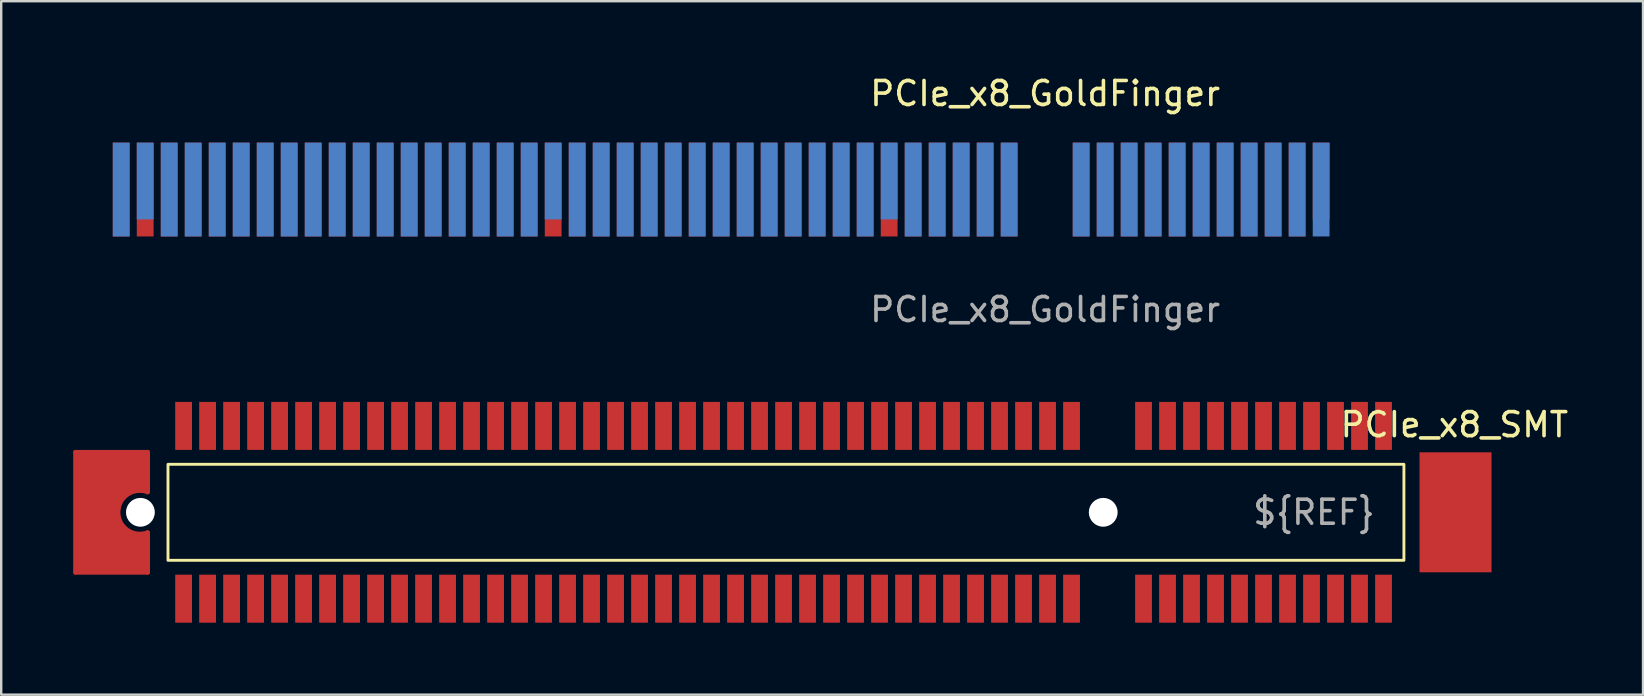
<source format=kicad_pcb>
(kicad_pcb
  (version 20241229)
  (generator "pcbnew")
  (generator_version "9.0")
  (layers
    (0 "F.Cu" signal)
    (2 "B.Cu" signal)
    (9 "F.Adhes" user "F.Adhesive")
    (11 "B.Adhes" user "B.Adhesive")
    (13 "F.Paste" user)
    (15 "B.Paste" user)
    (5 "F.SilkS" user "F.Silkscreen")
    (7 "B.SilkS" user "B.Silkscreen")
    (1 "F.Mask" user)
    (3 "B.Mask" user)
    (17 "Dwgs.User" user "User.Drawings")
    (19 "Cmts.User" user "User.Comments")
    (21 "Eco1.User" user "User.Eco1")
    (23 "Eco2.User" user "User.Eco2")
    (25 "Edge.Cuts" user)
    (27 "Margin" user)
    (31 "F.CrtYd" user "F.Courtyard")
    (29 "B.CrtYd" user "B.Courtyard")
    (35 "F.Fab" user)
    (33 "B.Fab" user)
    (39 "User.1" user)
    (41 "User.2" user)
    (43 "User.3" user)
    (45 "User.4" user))
  (footprint "PCIe_x8_SMT"
    (layer "F.Cu")
    (at 42.95 18.297)
    (property "Reference" "PCIe_x8_SMT" (at 14.6 -3.65 0) (unlocked yes) (layer "F.SilkS") (effects (font (size 1 1) (thickness 0.15))))
    (fp_line (start -42.85 -2.5) (end -39.85 -2.5) (stroke (width 0.2) (type solid)) (layer "F.Cu"))
    (fp_line (start -42.85 2.5) (end -42.85 -2.5) (stroke (width 0.2) (type solid)) (layer "F.Cu"))
    (fp_line (start -39.85 -2.5) (end -39.85 -0.85) (stroke (width 0.2) (type solid)) (layer "F.Cu"))
    (fp_line (start -39.85 0.85) (end -39.85 2.5) (stroke (width 0.2) (type solid)) (layer "F.Cu"))
    (fp_line (start -39.85 2.5) (end -42.85 2.5) (stroke (width 0.2) (type solid)) (layer "F.Cu"))
    (fp_arc (start -39.850001 0.849997) (mid -41.084446 -0.000001) (end -39.85 -0.849999) (stroke (width 0.2) (type solid)) (layer "F.Cu"))
    (fp_poly (pts (xy -39.85 -0.85) (xy -40.3 -0.95) (xy -40.948 -0.61) (xy -41.122 0.258) (xy -40.623 0.918) (xy -39.849 0.9) (xy -39.85 2.45) (xy -42.85 2.5) (xy -42.8 -2.5) (xy -39.8 -2.5)) (stroke (width 0.1) (type solid)) (fill yes) (layer "F.Cu"))
    (fp_rect (start -39 -2) (end 12.5 2) (stroke (width 0.12) (type solid)) (fill no) (layer "F.SilkS"))
    (fp_line (start -42.85 -2.5) (end -39.85 -2.5) (stroke (width 0.2) (type solid)) (layer "F.Paste"))
    (fp_line (start -42.85 2.5) (end -42.85 -2.5) (stroke (width 0.2) (type solid)) (layer "F.Paste"))
    (fp_line (start -39.85 -2.5) (end -39.85 -0.85) (stroke (width 0.2) (type solid)) (layer "F.Paste"))
    (fp_line (start -39.85 0.85) (end -39.85 2.5) (stroke (width 0.2) (type solid)) (layer "F.Paste"))
    (fp_line (start -39.85 2.5) (end -42.85 2.5) (stroke (width 0.2) (type solid)) (layer "F.Paste"))
    (fp_arc (start -39.849999 0.849995) (mid -41.084444 -0.000002) (end -39.85 -0.849999) (stroke (width 0.2) (type solid)) (layer "F.Paste"))
    (fp_poly (pts (xy -39.878 -0.858) (xy -40.328 -0.958) (xy -40.976 -0.618) (xy -41.15 0.25) (xy -40.651 0.91) (xy -39.877 0.892) (xy -39.878 2.442) (xy -42.878 2.492) (xy -42.828 -2.508) (xy -39.828 -2.508)) (stroke (width 0.1) (type solid)) (fill yes) (layer "F.Paste"))
    (fp_text user "${REF}" (at 8.75 0 0) (unlocked yes) (layer "F.Fab") (effects (font (size 1 1) (thickness 0.15))))
    (pad "" np_thru_hole circle (at -40.15 0) (size 1.2 1.2) (drill 1.2) (layers "*.Cu" "*.Mask"))
    (pad "" np_thru_hole circle (at -0.03 -0.000001) (size 1.2 1.2) (drill 1.2) (layers "*.Cu" "*.Mask"))
    (pad "" smd rect (at 14.65 0) (size 3 5) (layers "F.Cu" "F.Mask" "F.Paste"))
    (pad "A1" smd rect (at 11.65 3.6) (size 0.7 2) (layers "F.Cu" "F.Mask" "F.Paste"))
    (pad "A2" smd rect (at 10.65 3.6) (size 0.7 2) (layers "F.Cu" "F.Mask" "F.Paste"))
    (pad "A3" smd rect (at 9.65 3.6) (size 0.7 2) (layers "F.Cu" "F.Mask" "F.Paste"))
    (pad "A4" smd rect (at 8.65 3.6) (size 0.7 2) (layers "F.Cu" "F.Mask" "F.Paste"))
    (pad "A5" smd rect (at 7.65 3.6) (size 0.7 2) (layers "F.Cu" "F.Mask" "F.Paste"))
    (pad "A6" smd rect (at 6.65 3.6) (size 0.7 2) (layers "F.Cu" "F.Mask" "F.Paste"))
    (pad "A7" smd rect (at 5.65 3.6) (size 0.7 2) (layers "F.Cu" "F.Mask" "F.Paste"))
    (pad "A8" smd rect (at 4.65 3.6) (size 0.7 2) (layers "F.Cu" "F.Mask" "F.Paste"))
    (pad "A9" smd rect (at 3.65 3.6) (size 0.7 2) (layers "F.Cu" "F.Mask" "F.Paste"))
    (pad "A10" smd rect (at 2.65 3.6) (size 0.7 2) (layers "F.Cu" "F.Mask" "F.Paste"))
    (pad "A11" smd rect (at 1.65 3.6) (size 0.7 2) (layers "F.Cu" "F.Mask" "F.Paste"))
    (pad "A12" smd rect (at -1.35 3.6) (size 0.7 2) (layers "F.Cu" "F.Mask" "F.Paste"))
    (pad "A13" smd rect (at -2.35 3.6) (size 0.7 2) (layers "F.Cu" "F.Mask" "F.Paste"))
    (pad "A14" smd rect (at -3.35 3.6) (size 0.7 2) (layers "F.Cu" "F.Mask" "F.Paste"))
    (pad "A15" smd rect (at -4.35 3.6) (size 0.7 2) (layers "F.Cu" "F.Mask" "F.Paste"))
    (pad "A16" smd rect (at -5.35 3.6) (size 0.7 2) (layers "F.Cu" "F.Mask" "F.Paste"))
    (pad "A17" smd rect (at -6.35 3.6) (size 0.7 2) (layers "F.Cu" "F.Mask" "F.Paste"))
    (pad "A18" smd rect (at -7.35 3.6) (size 0.7 2) (layers "F.Cu" "F.Mask" "F.Paste"))
    (pad "A19" smd rect (at -8.35 3.6) (size 0.7 2) (layers "F.Cu" "F.Mask" "F.Paste"))
    (pad "A20" smd rect (at -9.35 3.6) (size 0.7 2) (layers "F.Cu" "F.Mask" "F.Paste"))
    (pad "A21" smd rect (at -10.35 3.6) (size 0.7 2) (layers "F.Cu" "F.Mask" "F.Paste"))
    (pad "A22" smd rect (at -11.35 3.6) (size 0.7 2) (layers "F.Cu" "F.Mask" "F.Paste"))
    (pad "A23" smd rect (at -12.35 3.6) (size 0.7 2) (layers "F.Cu" "F.Mask" "F.Paste"))
    (pad "A24" smd rect (at -13.35 3.6) (size 0.7 2) (layers "F.Cu" "F.Mask" "F.Paste"))
    (pad "A25" smd rect (at -14.35 3.6) (size 0.7 2) (layers "F.Cu" "F.Mask" "F.Paste"))
    (pad "A26" smd rect (at -15.35 3.6) (size 0.7 2) (layers "F.Cu" "F.Mask" "F.Paste"))
    (pad "A27" smd rect (at -16.35 3.6) (size 0.7 2) (layers "F.Cu" "F.Mask" "F.Paste"))
    (pad "A28" smd rect (at -17.35 3.6) (size 0.7 2) (layers "F.Cu" "F.Mask" "F.Paste"))
    (pad "A29" smd rect (at -18.35 3.6) (size 0.7 2) (layers "F.Cu" "F.Mask" "F.Paste"))
    (pad "A30" smd rect (at -19.35 3.6) (size 0.7 2) (layers "F.Cu" "F.Mask" "F.Paste"))
    (pad "A31" smd rect (at -20.35 3.6) (size 0.7 2) (layers "F.Cu" "F.Mask" "F.Paste"))
    (pad "A32" smd rect (at -21.35 3.6) (size 0.7 2) (layers "F.Cu" "F.Mask" "F.Paste"))
    (pad "A33" smd rect (at -22.35 3.6) (size 0.7 2) (layers "F.Cu" "F.Mask" "F.Paste"))
    (pad "A34" smd rect (at -23.35 3.6) (size 0.7 2) (layers "F.Cu" "F.Mask" "F.Paste"))
    (pad "A35" smd rect (at -24.35 3.6) (size 0.7 2) (layers "F.Cu" "F.Mask" "F.Paste"))
    (pad "A36" smd rect (at -25.35 3.6) (size 0.7 2) (layers "F.Cu" "F.Mask" "F.Paste"))
    (pad "A37" smd rect (at -26.35 3.6) (size 0.7 2) (layers "F.Cu" "F.Mask" "F.Paste"))
    (pad "A38" smd rect (at -27.35 3.6) (size 0.7 2) (layers "F.Cu" "F.Mask" "F.Paste"))
    (pad "A39" smd rect (at -28.35 3.6) (size 0.7 2) (layers "F.Cu" "F.Mask" "F.Paste"))
    (pad "A40" smd rect (at -29.35 3.6) (size 0.7 2) (layers "F.Cu" "F.Mask" "F.Paste"))
    (pad "A41" smd rect (at -30.35 3.6) (size 0.7 2) (layers "F.Cu" "F.Mask" "F.Paste"))
    (pad "A42" smd rect (at -31.35 3.6) (size 0.7 2) (layers "F.Cu" "F.Mask" "F.Paste"))
    (pad "A43" smd rect (at -32.35 3.6) (size 0.7 2) (layers "F.Cu" "F.Mask" "F.Paste"))
    (pad "A44" smd rect (at -33.35 3.6) (size 0.7 2) (layers "F.Cu" "F.Mask" "F.Paste"))
    (pad "A45" smd rect (at -34.35 3.6) (size 0.7 2) (layers "F.Cu" "F.Mask" "F.Paste"))
    (pad "A46" smd rect (at -35.35 3.6) (size 0.7 2) (layers "F.Cu" "F.Mask" "F.Paste"))
    (pad "A47" smd rect (at -36.35 3.6) (size 0.7 2) (layers "F.Cu" "F.Mask" "F.Paste"))
    (pad "A48" smd rect (at -37.35 3.6) (size 0.7 2) (layers "F.Cu" "F.Mask" "F.Paste"))
    (pad "A49" smd rect (at -38.35 3.6) (size 0.7 2) (layers "F.Cu" "F.Mask" "F.Paste"))
    (pad "B1" smd rect (at 11.65 -3.6) (size 0.7 2) (layers "F.Cu" "F.Mask" "F.Paste"))
    (pad "B2" smd rect (at 10.65 -3.6) (size 0.7 2) (layers "F.Cu" "F.Mask" "F.Paste"))
    (pad "B3" smd rect (at 9.65 -3.6) (size 0.7 2) (layers "F.Cu" "F.Mask" "F.Paste"))
    (pad "B4" smd rect (at 8.65 -3.6) (size 0.7 2) (layers "F.Cu" "F.Mask" "F.Paste"))
    (pad "B5" smd rect (at 7.65 -3.6) (size 0.7 2) (layers "F.Cu" "F.Mask" "F.Paste"))
    (pad "B6" smd rect (at 6.65 -3.6) (size 0.7 2) (layers "F.Cu" "F.Mask" "F.Paste"))
    (pad "B7" smd rect (at 5.65 -3.6) (size 0.7 2) (layers "F.Cu" "F.Mask" "F.Paste"))
    (pad "B8" smd rect (at 4.65 -3.6) (size 0.7 2) (layers "F.Cu" "F.Mask" "F.Paste"))
    (pad "B9" smd rect (at 3.65 -3.6) (size 0.7 2) (layers "F.Cu" "F.Mask" "F.Paste"))
    (pad "B10" smd rect (at 2.65 -3.6) (size 0.7 2) (layers "F.Cu" "F.Mask" "F.Paste"))
    (pad "B11" smd rect (at 1.65 -3.6) (size 0.7 2) (layers "F.Cu" "F.Mask" "F.Paste"))
    (pad "B12" smd rect (at -1.35 -3.6) (size 0.7 2) (layers "F.Cu" "F.Mask" "F.Paste"))
    (pad "B13" smd rect (at -2.35 -3.6) (size 0.7 2) (layers "F.Cu" "F.Mask" "F.Paste"))
    (pad "B14" smd rect (at -3.35 -3.6) (size 0.7 2) (layers "F.Cu" "F.Mask" "F.Paste"))
    (pad "B15" smd rect (at -4.35 -3.6) (size 0.7 2) (layers "F.Cu" "F.Mask" "F.Paste"))
    (pad "B16" smd rect (at -5.35 -3.6) (size 0.7 2) (layers "F.Cu" "F.Mask" "F.Paste"))
    (pad "B17" smd rect (at -6.35 -3.6) (size 0.7 2) (layers "F.Cu" "F.Mask" "F.Paste"))
    (pad "B18" smd rect (at -7.35 -3.6) (size 0.7 2) (layers "F.Cu" "F.Mask" "F.Paste"))
    (pad "B19" smd rect (at -8.35 -3.6) (size 0.7 2) (layers "F.Cu" "F.Mask" "F.Paste"))
    (pad "B20" smd rect (at -9.35 -3.6) (size 0.7 2) (layers "F.Cu" "F.Mask" "F.Paste"))
    (pad "B21" smd rect (at -10.35 -3.6) (size 0.7 2) (layers "F.Cu" "F.Mask" "F.Paste"))
    (pad "B22" smd rect (at -11.35 -3.6) (size 0.7 2) (layers "F.Cu" "F.Mask" "F.Paste"))
    (pad "B23" smd rect (at -12.35 -3.6) (size 0.7 2) (layers "F.Cu" "F.Mask" "F.Paste"))
    (pad "B24" smd rect (at -13.35 -3.6) (size 0.7 2) (layers "F.Cu" "F.Mask" "F.Paste"))
    (pad "B25" smd rect (at -14.35 -3.6) (size 0.7 2) (layers "F.Cu" "F.Mask" "F.Paste"))
    (pad "B26" smd rect (at -15.35 -3.6) (size 0.7 2) (layers "F.Cu" "F.Mask" "F.Paste"))
    (pad "B27" smd rect (at -16.35 -3.6) (size 0.7 2) (layers "F.Cu" "F.Mask" "F.Paste"))
    (pad "B28" smd rect (at -17.35 -3.6) (size 0.7 2) (layers "F.Cu" "F.Mask" "F.Paste"))
    (pad "B29" smd rect (at -18.35 -3.6) (size 0.7 2) (layers "F.Cu" "F.Mask" "F.Paste"))
    (pad "B30" smd rect (at -19.35 -3.6) (size 0.7 2) (layers "F.Cu" "F.Mask" "F.Paste"))
    (pad "B31" smd rect (at -20.35 -3.6) (size 0.7 2) (layers "F.Cu" "F.Mask" "F.Paste"))
    (pad "B32" smd rect (at -21.35 -3.6) (size 0.7 2) (layers "F.Cu" "F.Mask" "F.Paste"))
    (pad "B33" smd rect (at -22.35 -3.6) (size 0.7 2) (layers "F.Cu" "F.Mask" "F.Paste"))
    (pad "B34" smd rect (at -23.35 -3.6) (size 0.7 2) (layers "F.Cu" "F.Mask" "F.Paste"))
    (pad "B35" smd rect (at -24.35 -3.6) (size 0.7 2) (layers "F.Cu" "F.Mask" "F.Paste"))
    (pad "B36" smd rect (at -25.35 -3.6) (size 0.7 2) (layers "F.Cu" "F.Mask" "F.Paste"))
    (pad "B37" smd rect (at -26.35 -3.6) (size 0.7 2) (layers "F.Cu" "F.Mask" "F.Paste"))
    (pad "B38" smd rect (at -27.35 -3.6) (size 0.7 2) (layers "F.Cu" "F.Mask" "F.Paste"))
    (pad "B39" smd rect (at -28.35 -3.6) (size 0.7 2) (layers "F.Cu" "F.Mask" "F.Paste"))
    (pad "B40" smd rect (at -29.35 -3.6) (size 0.7 2) (layers "F.Cu" "F.Mask" "F.Paste"))
    (pad "B41" smd rect (at -30.35 -3.6) (size 0.7 2) (layers "F.Cu" "F.Mask" "F.Paste"))
    (pad "B42" smd rect (at -31.35 -3.6) (size 0.7 2) (layers "F.Cu" "F.Mask" "F.Paste"))
    (pad "B43" smd rect (at -32.35 -3.6) (size 0.7 2) (layers "F.Cu" "F.Mask" "F.Paste"))
    (pad "B44" smd rect (at -33.35 -3.6) (size 0.7 2) (layers "F.Cu" "F.Mask" "F.Paste"))
    (pad "B45" smd rect (at -34.35 -3.6) (size 0.7 2) (layers "F.Cu" "F.Mask" "F.Paste"))
    (pad "B46" smd rect (at -35.35 -3.6) (size 0.7 2) (layers "F.Cu" "F.Mask" "F.Paste"))
    (pad "B47" smd rect (at -36.35 -3.6) (size 0.7 2) (layers "F.Cu" "F.Mask" "F.Paste"))
    (pad "B48" smd rect (at -37.35 -3.6) (size 0.7 2) (layers "F.Cu" "F.Mask" "F.Paste"))
    (pad "B49" smd rect (at -38.35 -3.6) (size 0.7 2) (layers "F.Cu" "F.Mask" "F.Paste")))
  (footprint "PCIe_x8_GoldFinger"
    (layer "F.Cu")
    (at 40.5 6.848)
    (property "Reference" "PCIe_x8_GoldFinger" (at 0 -6 0) (unlocked yes) (layer "F.SilkS") (effects (font (size 1 1) (thickness 0.15))))
    (attr smd)
    (fp_text user "${REFERENCE}" (at 0 3 0) (unlocked yes) (layer "F.Fab") (effects (font (size 1 1) (thickness 0.15))))
    (pad "A1" smd rect (at 11.5 -2.355) (size 0.7 3.2) (layers "F.Cu" "F.Mask"))
    (pad "A2" smd rect (at 10.5 -2) (size 0.7 3.91) (layers "F.Cu" "F.Mask"))
    (pad "A3" smd rect (at 9.5 -2) (size 0.7 3.91) (layers "F.Cu" "F.Mask"))
    (pad "A4" smd rect (at 8.5 -2) (size 0.7 3.91) (layers "F.Cu" "F.Mask"))
    (pad "A5" smd rect (at 7.5 -2) (size 0.7 3.91) (layers "F.Cu" "F.Mask"))
    (pad "A6" smd rect (at 6.5 -2) (size 0.7 3.91) (layers "F.Cu" "F.Mask"))
    (pad "A7" smd rect (at 5.5 -2) (size 0.7 3.91) (layers "F.Cu" "F.Mask"))
    (pad "A8" smd rect (at 4.5 -2) (size 0.7 3.91) (layers "F.Cu" "F.Mask"))
    (pad "A9" smd rect (at 3.5 -2) (size 0.7 3.91) (layers "F.Cu" "F.Mask"))
    (pad "A10" smd rect (at 2.5 -2) (size 0.7 3.91) (layers "F.Cu" "F.Mask"))
    (pad "A11" smd rect (at 1.5 -2) (size 0.7 3.91) (layers "F.Cu" "F.Mask"))
    (pad "A12" smd rect (at -1.5 -2) (size 0.7 3.91) (layers "F.Cu" "F.Mask"))
    (pad "A13" smd rect (at -2.5 -2) (size 0.7 3.91) (layers "F.Cu" "F.Mask"))
    (pad "A14" smd rect (at -3.5 -2) (size 0.7 3.91) (layers "F.Cu" "F.Mask"))
    (pad "A15" smd rect (at -4.5 -2) (size 0.7 3.91) (layers "F.Cu" "F.Mask"))
    (pad "A16" smd rect (at -5.5 -2) (size 0.7 3.91) (layers "F.Cu" "F.Mask"))
    (pad "A17" smd rect (at -6.5 -2) (size 0.7 3.91) (layers "F.Cu" "F.Mask"))
    (pad "A18" smd rect (at -7.5 -2) (size 0.7 3.91) (layers "F.Cu" "F.Mask"))
    (pad "A19" smd rect (at -8.5 -2) (size 0.7 3.91) (layers "F.Cu" "F.Mask"))
    (pad "A20" smd rect (at -9.5 -2) (size 0.7 3.91) (layers "F.Cu" "F.Mask"))
    (pad "A21" smd rect (at -10.5 -2) (size 0.7 3.91) (layers "F.Cu" "F.Mask"))
    (pad "A22" smd rect (at -11.5 -2) (size 0.7 3.91) (layers "F.Cu" "F.Mask"))
    (pad "A23" smd rect (at -12.5 -2) (size 0.7 3.91) (layers "F.Cu" "F.Mask"))
    (pad "A24" smd rect (at -13.5 -2) (size 0.7 3.91) (layers "F.Cu" "F.Mask"))
    (pad "A25" smd rect (at -14.5 -2) (size 0.7 3.91) (layers "F.Cu" "F.Mask"))
    (pad "A26" smd rect (at -15.5 -2) (size 0.7 3.91) (layers "F.Cu" "F.Mask"))
    (pad "A27" smd rect (at -16.5 -2) (size 0.7 3.91) (layers "F.Cu" "F.Mask"))
    (pad "A28" smd rect (at -17.5 -2) (size 0.7 3.91) (layers "F.Cu" "F.Mask"))
    (pad "A29" smd rect (at -18.5 -2) (size 0.7 3.91) (layers "F.Cu" "F.Mask"))
    (pad "A30" smd rect (at -19.5 -2) (size 0.7 3.91) (layers "F.Cu" "F.Mask"))
    (pad "A31" smd rect (at -20.5 -2) (size 0.7 3.91) (layers "F.Cu" "F.Mask"))
    (pad "A32" smd rect (at -21.5 -2) (size 0.7 3.91) (layers "F.Cu" "F.Mask"))
    (pad "A33" smd rect (at -22.5 -2) (size 0.7 3.91) (layers "F.Cu" "F.Mask"))
    (pad "A34" smd rect (at -23.5 -2) (size 0.7 3.91) (layers "F.Cu" "F.Mask"))
    (pad "A35" smd rect (at -24.5 -2) (size 0.7 3.91) (layers "F.Cu" "F.Mask"))
    (pad "A36" smd rect (at -25.5 -2) (size 0.7 3.91) (layers "F.Cu" "F.Mask"))
    (pad "A37" smd rect (at -26.5 -2) (size 0.7 3.91) (layers "F.Cu" "F.Mask"))
    (pad "A38" smd rect (at -27.5 -2) (size 0.7 3.91) (layers "F.Cu" "F.Mask"))
    (pad "A39" smd rect (at -28.5 -2) (size 0.7 3.91) (layers "F.Cu" "F.Mask"))
    (pad "A40" smd rect (at -29.5 -2) (size 0.7 3.91) (layers "F.Cu" "F.Mask"))
    (pad "A41" smd rect (at -30.5 -2) (size 0.7 3.91) (layers "F.Cu" "F.Mask"))
    (pad "A42" smd rect (at -31.5 -2) (size 0.7 3.91) (layers "F.Cu" "F.Mask"))
    (pad "A43" smd rect (at -32.5 -2) (size 0.7 3.91) (layers "F.Cu" "F.Mask"))
    (pad "A44" smd rect (at -33.5 -2) (size 0.7 3.91) (layers "F.Cu" "F.Mask"))
    (pad "A45" smd rect (at -34.5 -2) (size 0.7 3.91) (layers "F.Cu" "F.Mask"))
    (pad "A46" smd rect (at -35.5 -2) (size 0.7 3.91) (layers "F.Cu" "F.Mask"))
    (pad "A47" smd rect (at -36.5 -2) (size 0.7 3.91) (layers "F.Cu" "F.Mask"))
    (pad "A48" smd rect (at -37.5 -2) (size 0.7 3.91) (layers "F.Cu" "F.Mask"))
    (pad "A49" smd rect (at -38.5 -2) (size 0.7 3.91) (layers "F.Cu" "F.Mask"))
    (pad "B1" smd rect (at 11.5 -2) (size 0.7 3.91) (layers "B.Cu" "B.Mask"))
    (pad "B2" smd rect (at 10.5 -2) (size 0.7 3.91) (layers "B.Cu" "B.Mask"))
    (pad "B3" smd rect (at 9.5 -2) (size 0.7 3.91) (layers "B.Cu" "B.Mask"))
    (pad "B4" smd rect (at 8.5 -2) (size 0.7 3.91) (layers "B.Cu" "B.Mask"))
    (pad "B5" smd rect (at 7.5 -2) (size 0.7 3.91) (layers "B.Cu" "B.Mask"))
    (pad "B6" smd rect (at 6.5 -2) (size 0.7 3.91) (layers "B.Cu" "B.Mask"))
    (pad "B7" smd rect (at 5.5 -2) (size 0.7 3.91) (layers "B.Cu" "B.Mask"))
    (pad "B8" smd rect (at 4.5 -2) (size 0.7 3.91) (layers "B.Cu" "B.Mask"))
    (pad "B9" smd rect (at 3.5 -2) (size 0.7 3.91) (layers "B.Cu" "B.Mask"))
    (pad "B10" smd rect (at 2.5 -2) (size 0.7 3.91) (layers "B.Cu" "B.Mask"))
    (pad "B11" smd rect (at 1.5 -2) (size 0.7 3.91) (layers "B.Cu" "B.Mask"))
    (pad "B12" smd rect (at -1.5 -2) (size 0.7 3.91) (layers "B.Cu" "B.Mask"))
    (pad "B13" smd rect (at -2.5 -2) (size 0.7 3.91) (layers "B.Cu" "B.Mask"))
    (pad "B14" smd rect (at -3.5 -2) (size 0.7 3.91) (layers "B.Cu" "B.Mask"))
    (pad "B15" smd rect (at -4.5 -2) (size 0.7 3.91) (layers "B.Cu" "B.Mask"))
    (pad "B16" smd rect (at -5.5 -2) (size 0.7 3.91) (layers "B.Cu" "B.Mask"))
    (pad "B17" smd rect (at -6.5 -2.355) (size 0.7 3.2) (layers "B.Cu" "B.Mask"))
    (pad "B18" smd rect (at -7.5 -2) (size 0.7 3.91) (layers "B.Cu" "B.Mask"))
    (pad "B19" smd rect (at -8.5 -2) (size 0.7 3.91) (layers "B.Cu" "B.Mask"))
    (pad "B20" smd rect (at -9.5 -2) (size 0.7 3.91) (layers "B.Cu" "B.Mask"))
    (pad "B21" smd rect (at -10.5 -2) (size 0.7 3.91) (layers "B.Cu" "B.Mask"))
    (pad "B22" smd rect (at -11.5 -2) (size 0.7 3.91) (layers "B.Cu" "B.Mask"))
    (pad "B23" smd rect (at -12.5 -2) (size 0.7 3.91) (layers "B.Cu" "B.Mask"))
    (pad "B24" smd rect (at -13.5 -2) (size 0.7 3.91) (layers "B.Cu" "B.Mask"))
    (pad "B25" smd rect (at -14.5 -2) (size 0.7 3.91) (layers "B.Cu" "B.Mask"))
    (pad "B26" smd rect (at -15.5 -2) (size 0.7 3.91) (layers "B.Cu" "B.Mask"))
    (pad "B27" smd rect (at -16.5 -2) (size 0.7 3.91) (layers "B.Cu" "B.Mask"))
    (pad "B28" smd rect (at -17.5 -2) (size 0.7 3.91) (layers "B.Cu" "B.Mask"))
    (pad "B29" smd rect (at -18.5 -2) (size 0.7 3.91) (layers "B.Cu" "B.Mask"))
    (pad "B30" smd rect (at -19.5 -2) (size 0.7 3.91) (layers "B.Cu" "B.Mask"))
    (pad "B31" smd rect (at -20.5 -2.355) (size 0.7 3.2) (layers "B.Cu" "B.Mask"))
    (pad "B32" smd rect (at -21.5 -2) (size 0.7 3.91) (layers "B.Cu" "B.Mask"))
    (pad "B33" smd rect (at -22.5 -2) (size 0.7 3.91) (layers "B.Cu" "B.Mask"))
    (pad "B34" smd rect (at -23.5 -2) (size 0.7 3.91) (layers "B.Cu" "B.Mask"))
    (pad "B35" smd rect (at -24.5 -2) (size 0.7 3.91) (layers "B.Cu" "B.Mask"))
    (pad "B36" smd rect (at -25.5 -2) (size 0.7 3.91) (layers "B.Cu" "B.Mask"))
    (pad "B37" smd rect (at -26.5 -2) (size 0.7 3.91) (layers "B.Cu" "B.Mask"))
    (pad "B38" smd rect (at -27.5 -2) (size 0.7 3.91) (layers "B.Cu" "B.Mask"))
    (pad "B39" smd rect (at -28.5 -2) (size 0.7 3.91) (layers "B.Cu" "B.Mask"))
    (pad "B40" smd rect (at -29.5 -2) (size 0.7 3.91) (layers "B.Cu" "B.Mask"))
    (pad "B41" smd rect (at -30.5 -2) (size 0.7 3.91) (layers "B.Cu" "B.Mask"))
    (pad "B42" smd rect (at -31.5 -2) (size 0.7 3.91) (layers "B.Cu" "B.Mask"))
    (pad "B43" smd rect (at -32.5 -2) (size 0.7 3.91) (layers "B.Cu" "B.Mask"))
    (pad "B44" smd rect (at -33.5 -2) (size 0.7 3.91) (layers "B.Cu" "B.Mask"))
    (pad "B45" smd rect (at -34.5 -2) (size 0.7 3.91) (layers "B.Cu" "B.Mask"))
    (pad "B46" smd rect (at -35.5 -2) (size 0.7 3.91) (layers "B.Cu" "B.Mask"))
    (pad "B47" smd rect (at -36.5 -2) (size 0.7 3.91) (layers "B.Cu" "B.Mask"))
    (pad "B48" smd rect (at -37.5 -2.355) (size 0.7 3.2) (layers "B.Cu" "B.Mask"))
    (pad "B49" smd rect (at -38.5 -2) (size 0.7 3.91) (layers "B.Cu" "B.Mask"))
    (zone (net_name "") (layers "F.Cu" "F.Mask" "B.Cu" "B.Mask" "F.SilkS" "B.SilkS" "F.Adhes" "B.Adhes" "F.Paste" "B.Paste") (name "Goldfinger") (hatch full 0.508) (connect_pads) (min_thickness 0.254) (filled_areas_thickness no) (keepout (tracks allowed) (vias not_allowed) (pads not_allowed) (copperpour not_allowed) (footprints not_allowed)) (placement (enabled no)) (fill) (polygon (pts (xy 53.5 8.348) (xy 0 8.348) (xy 0 2.848) (xy 53.5 2.848)))))
  (gr_rect
    (start -3 -3)
    (end 65.413 25.896)
    (stroke (width 0.1) (type default))
    (fill no)
    (layer "Edge.Cuts")))
</source>
